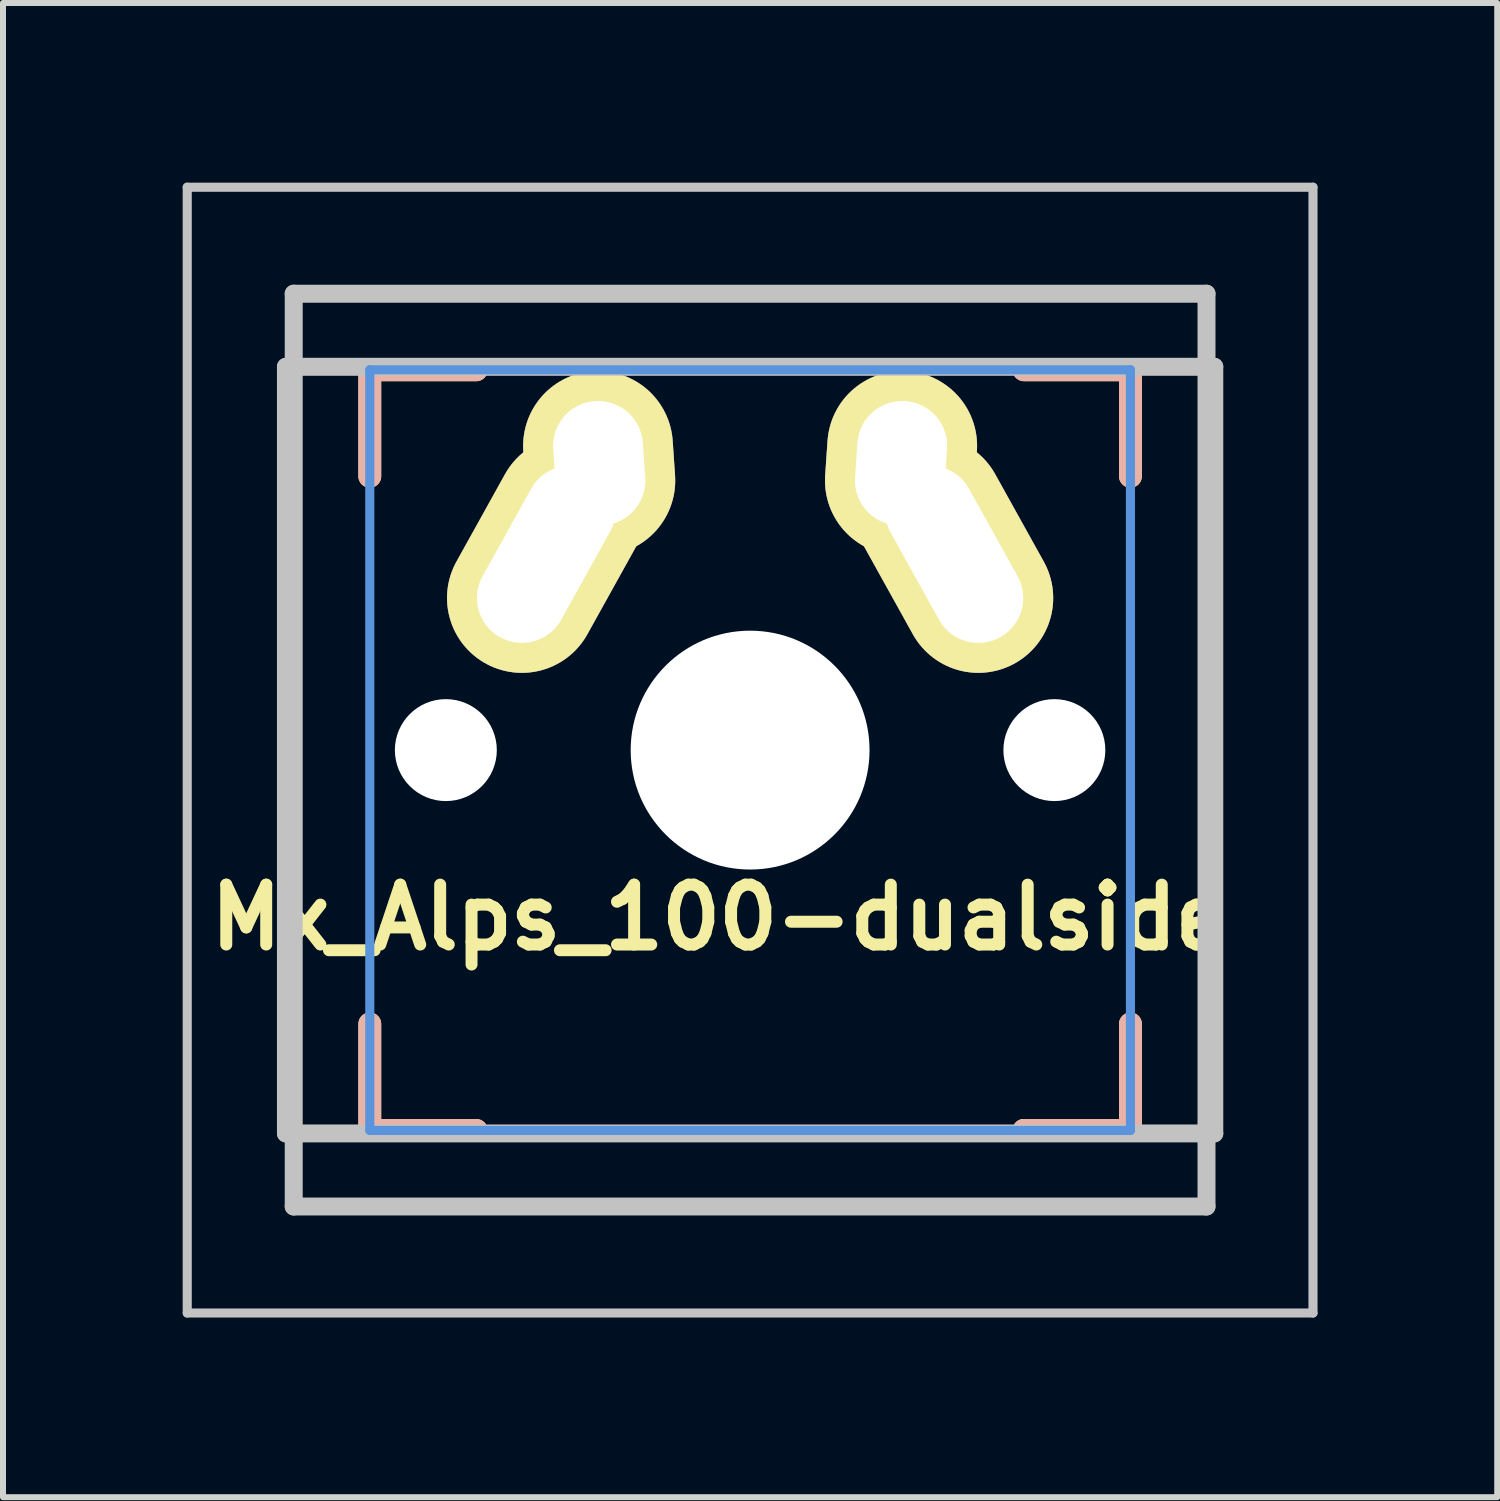
<source format=kicad_pcb>
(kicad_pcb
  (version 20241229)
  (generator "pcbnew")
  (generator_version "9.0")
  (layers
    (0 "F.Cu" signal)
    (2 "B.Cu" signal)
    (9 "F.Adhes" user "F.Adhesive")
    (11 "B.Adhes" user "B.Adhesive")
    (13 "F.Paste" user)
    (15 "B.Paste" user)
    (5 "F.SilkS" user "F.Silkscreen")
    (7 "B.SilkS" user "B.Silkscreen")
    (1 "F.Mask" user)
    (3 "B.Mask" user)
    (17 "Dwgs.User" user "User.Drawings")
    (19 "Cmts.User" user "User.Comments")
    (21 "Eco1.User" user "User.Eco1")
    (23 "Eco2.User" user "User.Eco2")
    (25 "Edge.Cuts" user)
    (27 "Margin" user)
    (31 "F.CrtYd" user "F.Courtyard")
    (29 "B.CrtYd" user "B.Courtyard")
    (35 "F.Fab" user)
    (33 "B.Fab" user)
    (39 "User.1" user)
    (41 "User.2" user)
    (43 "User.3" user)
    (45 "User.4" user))
  (footprint "Mx_Alps_100-dualside"
    (layer "F.Cu")
    (at 9.474 9.474)
    (property "Reference" "Mx_Alps_100-dualside" (at -0.508 2.794 0) (layer "F.SilkS") (effects (font (size 1 1) (thickness 0.2))))
    (attr through_hole)
    (fp_line (start -6.35 -6.35) (end -4.572 -6.35) (stroke (width 0.381) (type solid)) (layer "F.SilkS"))
    (fp_line (start -6.35 -4.572) (end -6.35 -6.35) (stroke (width 0.381) (type solid)) (layer "F.SilkS"))
    (fp_line (start -6.35 6.35) (end -6.35 4.572) (stroke (width 0.381) (type solid)) (layer "F.SilkS"))
    (fp_line (start -4.572 6.35) (end -6.35 6.35) (stroke (width 0.381) (type solid)) (layer "F.SilkS"))
    (fp_line (start 4.572 -6.35) (end 6.35 -6.35) (stroke (width 0.381) (type solid)) (layer "F.SilkS"))
    (fp_line (start 4.572 6.35) (end 6.35 6.35) (stroke (width 0.381) (type solid)) (layer "F.SilkS"))
    (fp_line (start 6.35 -6.35) (end 6.35 -4.572) (stroke (width 0.381) (type solid)) (layer "F.SilkS"))
    (fp_line (start 6.35 4.572) (end 6.35 6.35) (stroke (width 0.381) (type solid)) (layer "F.SilkS"))
    (fp_line (start 6.35 6.35) (end 4.572 6.35) (stroke (width 0.381) (type solid)) (layer "F.SilkS"))
    (fp_line (start -6.35 -6.35) (end -4.572 -6.35) (stroke (width 0.381) (type solid)) (layer "B.SilkS"))
    (fp_line (start -6.35 -4.572) (end -6.35 -6.35) (stroke (width 0.381) (type solid)) (layer "B.SilkS"))
    (fp_line (start -6.35 6.35) (end -6.35 4.572) (stroke (width 0.381) (type solid)) (layer "B.SilkS"))
    (fp_line (start -4.572 6.35) (end -6.35 6.35) (stroke (width 0.381) (type solid)) (layer "B.SilkS"))
    (fp_line (start 6.35 -6.35) (end 4.572 -6.35) (stroke (width 0.381) (type solid)) (layer "B.SilkS"))
    (fp_line (start 6.35 -4.572) (end 6.35 -6.35) (stroke (width 0.381) (type solid)) (layer "B.SilkS"))
    (fp_line (start 6.35 4.572) (end 6.35 6.35) (stroke (width 0.381) (type solid)) (layer "B.SilkS"))
    (fp_line (start 6.35 6.35) (end 4.572 6.35) (stroke (width 0.381) (type solid)) (layer "B.SilkS"))
    (fp_line (start -9.398 -9.398) (end 9.398 -9.398) (stroke (width 0.152) (type solid)) (layer "Dwgs.User"))
    (fp_line (start -9.398 9.398) (end -9.398 -9.398) (stroke (width 0.152) (type solid)) (layer "Dwgs.User"))
    (fp_line (start -7.75 6.4) (end -7.75 -6.4) (stroke (width 0.3) (type solid)) (layer "Dwgs.User"))
    (fp_line (start -7.75 6.4) (end 7.75 6.4) (stroke (width 0.3) (type solid)) (layer "Dwgs.User"))
    (fp_line (start -7.62 -7.62) (end 7.62 -7.62) (stroke (width 0.3) (type solid)) (layer "Dwgs.User"))
    (fp_line (start -7.62 7.62) (end -7.62 -7.62) (stroke (width 0.3) (type solid)) (layer "Dwgs.User"))
    (fp_line (start 7.62 -7.62) (end 7.62 7.62) (stroke (width 0.3) (type solid)) (layer "Dwgs.User"))
    (fp_line (start 7.62 7.62) (end -7.62 7.62) (stroke (width 0.3) (type solid)) (layer "Dwgs.User"))
    (fp_line (start 7.75 -6.4) (end -7.75 -6.4) (stroke (width 0.3) (type solid)) (layer "Dwgs.User"))
    (fp_line (start 7.75 6.4) (end 7.75 -6.4) (stroke (width 0.3) (type solid)) (layer "Dwgs.User"))
    (fp_line (start 9.398 -9.398) (end 9.398 9.398) (stroke (width 0.152) (type solid)) (layer "Dwgs.User"))
    (fp_line (start 9.398 9.398) (end -9.398 9.398) (stroke (width 0.152) (type solid)) (layer "Dwgs.User"))
    (fp_line (start -6.35 -6.35) (end 6.35 -6.35) (stroke (width 0.152) (type solid)) (layer "Cmts.User"))
    (fp_line (start -6.35 6.35) (end -6.35 -6.35) (stroke (width 0.152) (type solid)) (layer "Cmts.User"))
    (fp_line (start 6.35 6.35) (end -6.35 6.35) (stroke (width 0.152) (type solid)) (layer "Cmts.User"))
    (fp_line (start 6.35 6.35) (end 6.35 -6.35) (stroke (width 0.152) (type solid)) (layer "Cmts.User"))
    (fp_line (start -6.985 6.985) (end -6.985 -6.985) (stroke (width 0.152) (type solid)) (layer "Eco2.User"))
    (fp_line (start 6.985 -6.985) (end -6.985 -6.985) (stroke (width 0.152) (type solid)) (layer "Eco2.User"))
    (fp_line (start 6.985 -6.985) (end 6.985 6.985) (stroke (width 0.152) (type solid)) (layer "Eco2.User"))
    (fp_line (start 6.985 6.985) (end -6.985 6.985) (stroke (width 0.152) (type solid)) (layer "Eco2.User"))
    (fp_line (start 6.985 6.985) (end 6.985 -6.985) (stroke (width 0.152) (type solid)) (layer "Eco2.User"))
    (pad "" np_thru_hole circle (at -5.08 0) (size 1.702 1.702) (drill 1.702) (layers "*.Cu"))
    (pad "" np_thru_hole circle (at 0 0) (size 3.988 3.988) (drill 3.988) (layers "*.Cu"))
    (pad "" np_thru_hole circle (at 5.08 0) (size 1.702 1.702) (drill 1.702) (layers "*.Cu"))
    (pad "1" thru_hole oval (at -3.405 -3.27 330.95) (size 2.5 4.17) (drill oval 1.5 3.17) (layers "*.Cu" "*.Mask" "F.SilkS"))
    (pad "1" thru_hole oval (at -2.52 -4.79 3.9) (size 2.5 3.08) (drill oval 1.5 2.08) (layers "*.Cu" "*.Mask" "F.SilkS"))
    (pad "2" thru_hole oval (at 2.52 -4.79 356.1) (size 2.5 3.08) (drill oval 1.5 2.08) (layers "*.Cu" "*.Mask" "F.SilkS"))
    (pad "2" thru_hole oval (at 3.405 -3.27 29.05) (size 2.5 4.17) (drill oval 1.5 3.17) (layers "*.Cu" "*.Mask" "F.SilkS")))
  (gr_rect
    (start -3 -3)
    (end 21.948 21.948)
    (stroke (width 0.1) (type default))
    (fill no)
    (layer "Edge.Cuts")))
</source>
